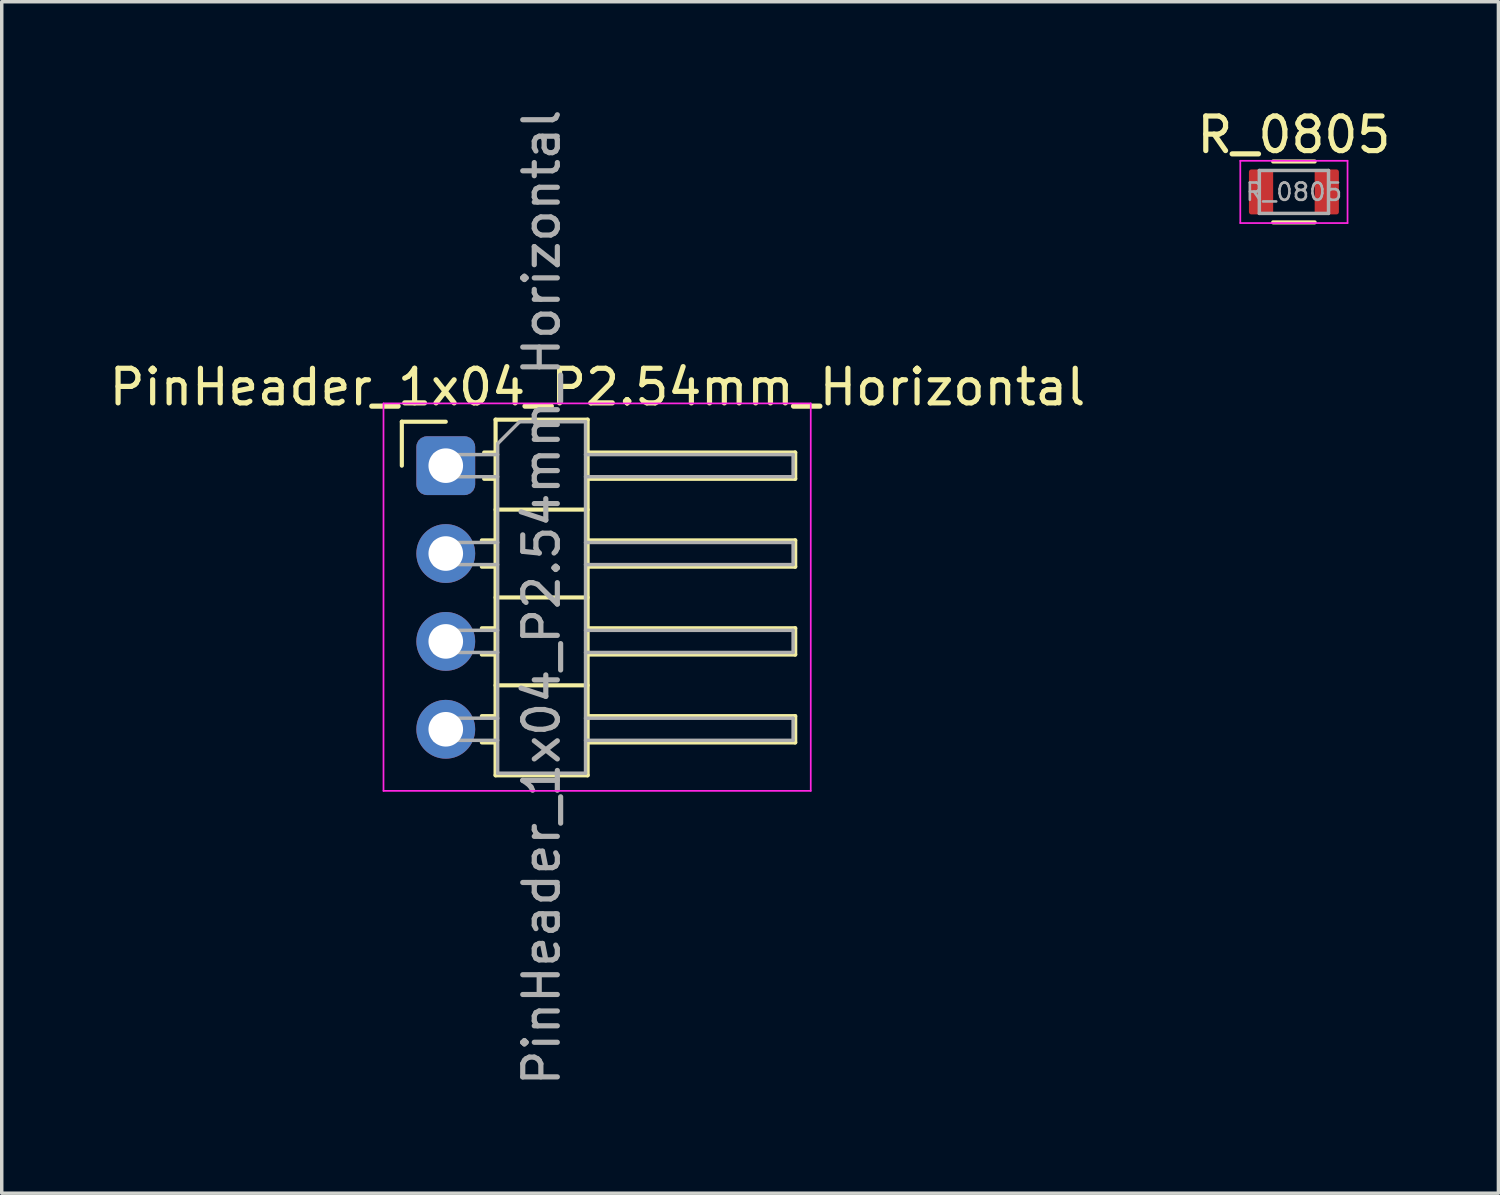
<source format=kicad_pcb>
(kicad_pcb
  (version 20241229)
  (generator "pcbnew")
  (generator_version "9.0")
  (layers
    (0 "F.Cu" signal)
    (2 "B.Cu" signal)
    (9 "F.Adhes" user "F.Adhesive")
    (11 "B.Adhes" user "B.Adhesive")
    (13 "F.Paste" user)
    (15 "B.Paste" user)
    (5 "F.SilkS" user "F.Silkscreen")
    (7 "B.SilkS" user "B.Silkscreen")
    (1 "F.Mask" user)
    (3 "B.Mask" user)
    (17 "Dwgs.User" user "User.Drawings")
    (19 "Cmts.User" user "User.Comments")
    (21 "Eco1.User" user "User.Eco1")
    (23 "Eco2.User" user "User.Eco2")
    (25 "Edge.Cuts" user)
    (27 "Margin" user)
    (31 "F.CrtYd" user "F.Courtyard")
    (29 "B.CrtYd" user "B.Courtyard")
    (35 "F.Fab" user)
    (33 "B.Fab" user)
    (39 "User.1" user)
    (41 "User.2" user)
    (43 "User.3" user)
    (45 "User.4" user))
  (footprint "PinHeader_1x04_P2.54mm_Horizontal"
    (layer "F.Cu")
    (at 9.835 10.41)
    (property "Reference" "PinHeader_1x04_P2.54mm_Horizontal" (at 4.385 -2.27 0) (layer "F.SilkS") (effects (font (size 1 1) (thickness 0.15))))
    (attr through_hole)
    (fp_line (start -1.27 -1.27) (end 0 -1.27) (stroke (width 0.12) (type solid)) (layer "F.SilkS"))
    (fp_line (start -1.27 0) (end -1.27 -1.27) (stroke (width 0.12) (type solid)) (layer "F.SilkS"))
    (fp_line (start 1.043 2.16) (end 1.44 2.16) (stroke (width 0.12) (type solid)) (layer "F.SilkS"))
    (fp_line (start 1.043 2.92) (end 1.44 2.92) (stroke (width 0.12) (type solid)) (layer "F.SilkS"))
    (fp_line (start 1.043 4.7) (end 1.44 4.7) (stroke (width 0.12) (type solid)) (layer "F.SilkS"))
    (fp_line (start 1.043 5.46) (end 1.44 5.46) (stroke (width 0.12) (type solid)) (layer "F.SilkS"))
    (fp_line (start 1.043 7.24) (end 1.44 7.24) (stroke (width 0.12) (type solid)) (layer "F.SilkS"))
    (fp_line (start 1.043 8) (end 1.44 8) (stroke (width 0.12) (type solid)) (layer "F.SilkS"))
    (fp_line (start 1.11 -0.38) (end 1.44 -0.38) (stroke (width 0.12) (type solid)) (layer "F.SilkS"))
    (fp_line (start 1.11 0.38) (end 1.44 0.38) (stroke (width 0.12) (type solid)) (layer "F.SilkS"))
    (fp_line (start 1.44 -1.33) (end 1.44 8.95) (stroke (width 0.12) (type solid)) (layer "F.SilkS"))
    (fp_line (start 1.44 1.27) (end 4.1 1.27) (stroke (width 0.12) (type solid)) (layer "F.SilkS"))
    (fp_line (start 1.44 3.81) (end 4.1 3.81) (stroke (width 0.12) (type solid)) (layer "F.SilkS"))
    (fp_line (start 1.44 6.35) (end 4.1 6.35) (stroke (width 0.12) (type solid)) (layer "F.SilkS"))
    (fp_line (start 1.44 8.95) (end 4.1 8.95) (stroke (width 0.12) (type solid)) (layer "F.SilkS"))
    (fp_line (start 4.1 -1.33) (end 1.44 -1.33) (stroke (width 0.12) (type solid)) (layer "F.SilkS"))
    (fp_line (start 4.1 -0.38) (end 10.1 -0.38) (stroke (width 0.12) (type solid)) (layer "F.SilkS"))
    (fp_line (start 4.1 2.16) (end 10.1 2.16) (stroke (width 0.12) (type solid)) (layer "F.SilkS"))
    (fp_line (start 4.1 4.7) (end 10.1 4.7) (stroke (width 0.12) (type solid)) (layer "F.SilkS"))
    (fp_line (start 4.1 7.24) (end 10.1 7.24) (stroke (width 0.12) (type solid)) (layer "F.SilkS"))
    (fp_line (start 4.1 8.95) (end 4.1 -1.33) (stroke (width 0.12) (type solid)) (layer "F.SilkS"))
    (fp_line (start 10.1 -0.38) (end 10.1 0.38) (stroke (width 0.12) (type solid)) (layer "F.SilkS"))
    (fp_line (start 10.1 0.38) (end 4.1 0.38) (stroke (width 0.12) (type solid)) (layer "F.SilkS"))
    (fp_line (start 10.1 2.16) (end 10.1 2.92) (stroke (width 0.12) (type solid)) (layer "F.SilkS"))
    (fp_line (start 10.1 2.92) (end 4.1 2.92) (stroke (width 0.12) (type solid)) (layer "F.SilkS"))
    (fp_line (start 10.1 4.7) (end 10.1 5.46) (stroke (width 0.12) (type solid)) (layer "F.SilkS"))
    (fp_line (start 10.1 5.46) (end 4.1 5.46) (stroke (width 0.12) (type solid)) (layer "F.SilkS"))
    (fp_line (start 10.1 7.24) (end 10.1 8) (stroke (width 0.12) (type solid)) (layer "F.SilkS"))
    (fp_line (start 10.1 8) (end 4.1 8) (stroke (width 0.12) (type solid)) (layer "F.SilkS"))
    (fp_line (start -1.8 -1.8) (end -1.8 9.4) (stroke (width 0.05) (type solid)) (layer "F.CrtYd"))
    (fp_line (start -1.8 9.4) (end 10.55 9.4) (stroke (width 0.05) (type solid)) (layer "F.CrtYd"))
    (fp_line (start 10.55 -1.8) (end -1.8 -1.8) (stroke (width 0.05) (type solid)) (layer "F.CrtYd"))
    (fp_line (start 10.55 9.4) (end 10.55 -1.8) (stroke (width 0.05) (type solid)) (layer "F.CrtYd"))
    (fp_line (start -0.32 -0.32) (end -0.32 0.32) (stroke (width 0.1) (type solid)) (layer "F.Fab"))
    (fp_line (start -0.32 -0.32) (end 1.5 -0.32) (stroke (width 0.1) (type solid)) (layer "F.Fab"))
    (fp_line (start -0.32 0.32) (end 1.5 0.32) (stroke (width 0.1) (type solid)) (layer "F.Fab"))
    (fp_line (start -0.32 2.22) (end -0.32 2.86) (stroke (width 0.1) (type solid)) (layer "F.Fab"))
    (fp_line (start -0.32 2.22) (end 1.5 2.22) (stroke (width 0.1) (type solid)) (layer "F.Fab"))
    (fp_line (start -0.32 2.86) (end 1.5 2.86) (stroke (width 0.1) (type solid)) (layer "F.Fab"))
    (fp_line (start -0.32 4.76) (end -0.32 5.4) (stroke (width 0.1) (type solid)) (layer "F.Fab"))
    (fp_line (start -0.32 4.76) (end 1.5 4.76) (stroke (width 0.1) (type solid)) (layer "F.Fab"))
    (fp_line (start -0.32 5.4) (end 1.5 5.4) (stroke (width 0.1) (type solid)) (layer "F.Fab"))
    (fp_line (start -0.32 7.3) (end -0.32 7.94) (stroke (width 0.1) (type solid)) (layer "F.Fab"))
    (fp_line (start -0.32 7.3) (end 1.5 7.3) (stroke (width 0.1) (type solid)) (layer "F.Fab"))
    (fp_line (start -0.32 7.94) (end 1.5 7.94) (stroke (width 0.1) (type solid)) (layer "F.Fab"))
    (fp_line (start 1.5 -0.635) (end 2.135 -1.27) (stroke (width 0.1) (type solid)) (layer "F.Fab"))
    (fp_line (start 1.5 8.89) (end 1.5 -0.635) (stroke (width 0.1) (type solid)) (layer "F.Fab"))
    (fp_line (start 2.135 -1.27) (end 4.04 -1.27) (stroke (width 0.1) (type solid)) (layer "F.Fab"))
    (fp_line (start 4.04 -1.27) (end 4.04 8.89) (stroke (width 0.1) (type solid)) (layer "F.Fab"))
    (fp_line (start 4.04 -0.32) (end 10.04 -0.32) (stroke (width 0.1) (type solid)) (layer "F.Fab"))
    (fp_line (start 4.04 0.32) (end 10.04 0.32) (stroke (width 0.1) (type solid)) (layer "F.Fab"))
    (fp_line (start 4.04 2.22) (end 10.04 2.22) (stroke (width 0.1) (type solid)) (layer "F.Fab"))
    (fp_line (start 4.04 2.86) (end 10.04 2.86) (stroke (width 0.1) (type solid)) (layer "F.Fab"))
    (fp_line (start 4.04 4.76) (end 10.04 4.76) (stroke (width 0.1) (type solid)) (layer "F.Fab"))
    (fp_line (start 4.04 5.4) (end 10.04 5.4) (stroke (width 0.1) (type solid)) (layer "F.Fab"))
    (fp_line (start 4.04 7.3) (end 10.04 7.3) (stroke (width 0.1) (type solid)) (layer "F.Fab"))
    (fp_line (start 4.04 7.94) (end 10.04 7.94) (stroke (width 0.1) (type solid)) (layer "F.Fab"))
    (fp_line (start 4.04 8.89) (end 1.5 8.89) (stroke (width 0.1) (type solid)) (layer "F.Fab"))
    (fp_line (start 10.04 -0.32) (end 10.04 0.32) (stroke (width 0.1) (type solid)) (layer "F.Fab"))
    (fp_line (start 10.04 2.22) (end 10.04 2.86) (stroke (width 0.1) (type solid)) (layer "F.Fab"))
    (fp_line (start 10.04 4.76) (end 10.04 5.4) (stroke (width 0.1) (type solid)) (layer "F.Fab"))
    (fp_line (start 10.04 7.3) (end 10.04 7.94) (stroke (width 0.1) (type solid)) (layer "F.Fab"))
    (fp_text user "${REFERENCE}" (at 2.77 3.81 90) (layer "F.Fab") (effects (font (size 1 1) (thickness 0.15))))
    (pad "1" thru_hole roundrect (at 0 0) (size 1.7 1.7) (drill 1) (layers "*.Cu" "*.Mask") (roundrect_rratio 0.18))
    (pad "2" thru_hole oval (at 0 2.54) (size 1.7 1.7) (drill 1) (layers "*.Cu" "*.Mask"))
    (pad "3" thru_hole oval (at 0 5.08) (size 1.7 1.7) (drill 1) (layers "*.Cu" "*.Mask"))
    (pad "4" thru_hole oval (at 0 7.62) (size 1.7 1.7) (drill 1) (layers "*.Cu" "*.Mask")))
  (footprint "R_0805"
    (layer "F.Cu")
    (at 34.351 2.498)
    (property "Reference" "R_0805" (at 0 -1.65 0) (layer "F.SilkS") (effects (font (size 1 1) (thickness 0.15))))
    (attr smd)
    (fp_line (start -0.6 -0.88) (end 0.6 -0.88) (stroke (width 0.12) (type solid)) (layer "F.SilkS"))
    (fp_line (start 0.6 0.88) (end -0.6 0.88) (stroke (width 0.12) (type solid)) (layer "F.SilkS"))
    (fp_line (start -1.55 -0.9) (end -1.55 0.9) (stroke (width 0.05) (type solid)) (layer "F.CrtYd"))
    (fp_line (start -1.55 -0.9) (end 1.55 -0.9) (stroke (width 0.05) (type solid)) (layer "F.CrtYd"))
    (fp_line (start 1.55 0.9) (end -1.55 0.9) (stroke (width 0.05) (type solid)) (layer "F.CrtYd"))
    (fp_line (start 1.55 0.9) (end 1.55 -0.9) (stroke (width 0.05) (type solid)) (layer "F.CrtYd"))
    (fp_line (start -1 -0.62) (end 1 -0.62) (stroke (width 0.1) (type solid)) (layer "F.Fab"))
    (fp_line (start -1 0.62) (end -1 -0.62) (stroke (width 0.1) (type solid)) (layer "F.Fab"))
    (fp_line (start 1 -0.62) (end 1 0.62) (stroke (width 0.1) (type solid)) (layer "F.Fab"))
    (fp_line (start 1 0.62) (end -1 0.62) (stroke (width 0.1) (type solid)) (layer "F.Fab"))
    (fp_text user "${REFERENCE}" (at 0 0 0) (layer "F.Fab") (effects (font (size 0.5 0.5) (thickness 0.075))))
    (pad "1" smd roundrect (at -0.95 0) (size 0.7 1.3) (layers "F.Cu" "F.Mask" "F.Paste") (roundrect_rratio 0.1))
    (pad "2" smd roundrect (at 0.95 0) (size 0.7 1.3) (layers "F.Cu" "F.Mask" "F.Paste") (roundrect_rratio 0.1)))
  (gr_rect
    (start -3 -3)
    (end 40.262 31.44)
    (stroke (width 0.1) (type default))
    (fill no)
    (layer "Edge.Cuts")))
</source>
